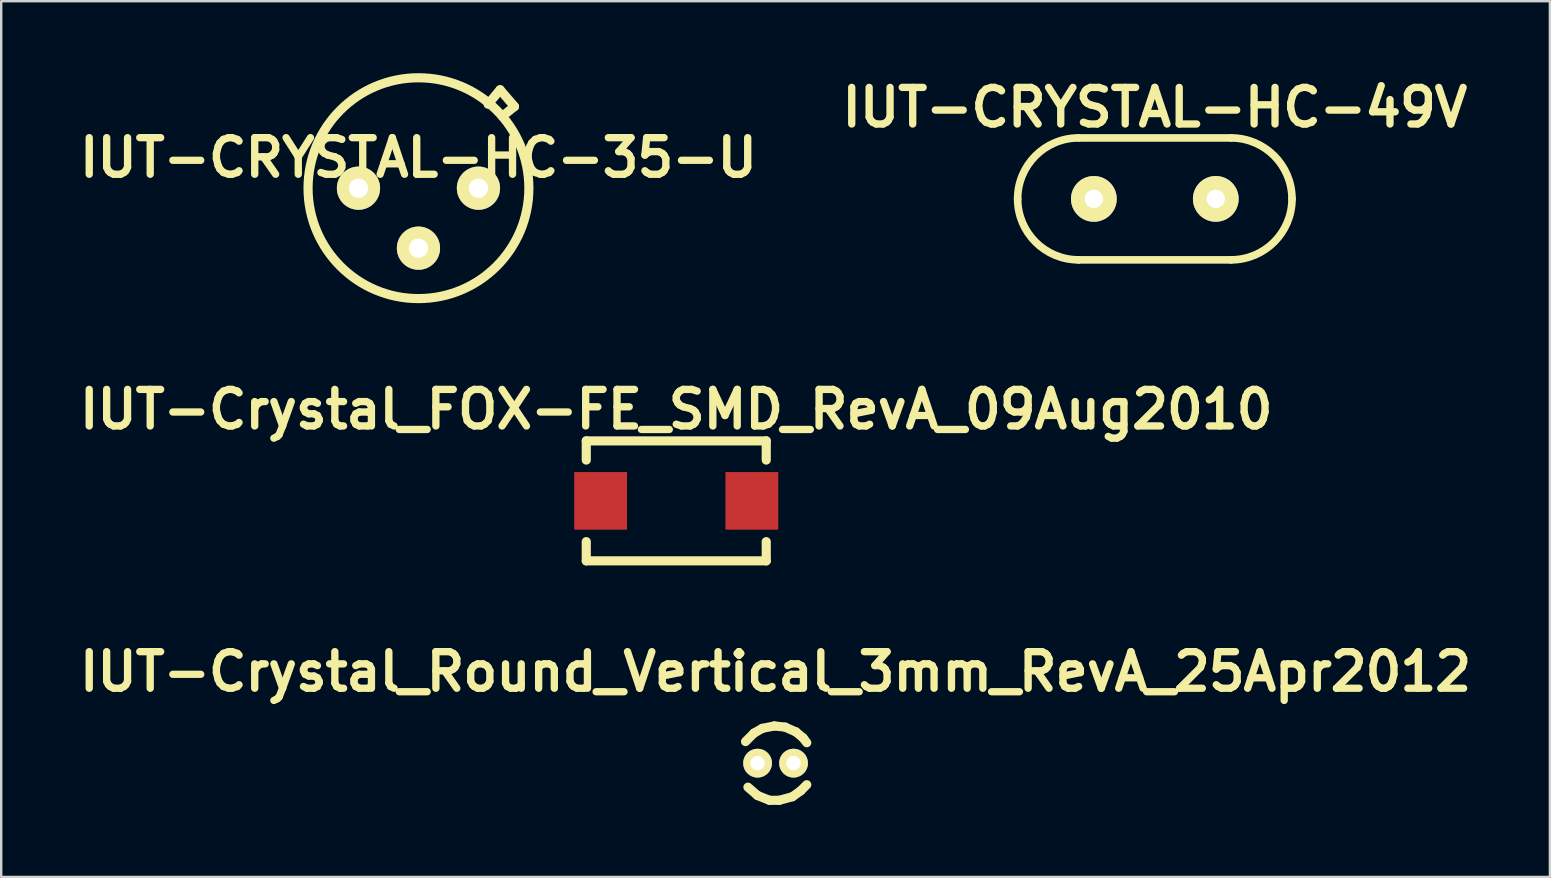
<source format=kicad_pcb>
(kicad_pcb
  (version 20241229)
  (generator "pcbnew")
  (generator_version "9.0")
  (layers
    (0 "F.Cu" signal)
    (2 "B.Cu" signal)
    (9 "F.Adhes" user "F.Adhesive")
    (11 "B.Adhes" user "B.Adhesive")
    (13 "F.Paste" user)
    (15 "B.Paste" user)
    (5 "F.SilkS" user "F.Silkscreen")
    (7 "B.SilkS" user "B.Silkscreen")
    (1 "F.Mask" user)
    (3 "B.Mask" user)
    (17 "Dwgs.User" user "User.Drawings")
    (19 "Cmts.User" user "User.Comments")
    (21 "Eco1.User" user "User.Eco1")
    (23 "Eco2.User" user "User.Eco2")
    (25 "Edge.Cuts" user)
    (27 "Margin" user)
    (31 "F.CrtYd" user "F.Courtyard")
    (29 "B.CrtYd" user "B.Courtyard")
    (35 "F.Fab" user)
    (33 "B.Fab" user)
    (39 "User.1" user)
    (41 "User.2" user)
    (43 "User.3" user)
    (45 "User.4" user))
  (footprint "IUT-CRYSTAL-HC-35-U"
    (layer "F.Cu")
    (at 14.384 4.79)
    (property "Reference" "IUT-CRYSTAL-HC-35-U" (at 0 -1.27 0) (layer "F.SilkS") (effects (font (size 1.524 1.524) (thickness 0.305))))
    (attr through_hole)
    (fp_line (start 2.901 -3.5) (end 3.401 -4.1) (stroke (width 0.381) (type solid)) (layer "F.SilkS"))
    (fp_line (start 3.401 -4.1) (end 4 -3.401) (stroke (width 0.381) (type solid)) (layer "F.SilkS"))
    (fp_line (start 4 -3.401) (end 3.5 -3) (stroke (width 0.381) (type solid)) (layer "F.SilkS"))
    (fp_circle (center 0 0) (end 4.6 0) (stroke (width 0.381) (type solid)) (fill no) (layer "F.SilkS"))
    (pad "1" thru_hole circle (at -2.499 0) (size 1.8 1.8) (drill 0.8) (layers "*.Cu" "*.Mask" "F.SilkS"))
    (pad "2" thru_hole circle (at 2.499 0) (size 1.8 1.8) (drill 0.8) (layers "*.Cu" "*.Mask" "F.SilkS"))
    (pad "3" thru_hole circle (at 0 2.499) (size 1.8 1.8) (drill 0.8) (layers "*.Cu" "*.Mask" "F.SilkS")))
  (footprint "IUT-Crystal_Round_Vertical_3mm_RevA_25Apr2012"
    (layer "F.Cu")
    (at 29.261 28.744)
    (property "Reference" "IUT-Crystal_Round_Vertical_3mm_RevA_25Apr2012" (at 0 -3.81 0) (layer "F.SilkS") (effects (font (size 1.524 1.524) (thickness 0.305))))
    (attr through_hole)
    (fp_line (start -0.899 -1.25) (end -1.25 -0.899) (stroke (width 0.381) (type solid)) (layer "F.SilkS"))
    (fp_line (start -0.749 1.349) (end -1.151 1.001) (stroke (width 0.381) (type solid)) (layer "F.SilkS"))
    (fp_line (start -0.551 -1.45) (end -0.899 -1.25) (stroke (width 0.381) (type solid)) (layer "F.SilkS"))
    (fp_line (start -0.249 1.549) (end -0.749 1.349) (stroke (width 0.381) (type solid)) (layer "F.SilkS"))
    (fp_line (start -0.051 -1.549) (end -0.551 -1.45) (stroke (width 0.381) (type solid)) (layer "F.SilkS"))
    (fp_line (start 0.15 1.549) (end -0.249 1.549) (stroke (width 0.381) (type solid)) (layer "F.SilkS"))
    (fp_line (start 0.399 -1.501) (end -0.051 -1.549) (stroke (width 0.381) (type solid)) (layer "F.SilkS"))
    (fp_line (start 0.701 1.399) (end 0.15 1.549) (stroke (width 0.381) (type solid)) (layer "F.SilkS"))
    (fp_line (start 0.851 -1.3) (end 0.399 -1.501) (stroke (width 0.381) (type solid)) (layer "F.SilkS"))
    (fp_line (start 1.049 1.151) (end 0.701 1.399) (stroke (width 0.381) (type solid)) (layer "F.SilkS"))
    (fp_line (start 1.151 -1.049) (end 0.851 -1.3) (stroke (width 0.381) (type solid)) (layer "F.SilkS"))
    (fp_line (start 1.3 -0.851) (end 1.151 -1.049) (stroke (width 0.381) (type solid)) (layer "F.SilkS"))
    (fp_line (start 1.3 0.899) (end 1.049 1.151) (stroke (width 0.381) (type solid)) (layer "F.SilkS"))
    (pad "1" thru_hole circle (at -0.749 0) (size 1.2 1.2) (drill 0.599) (layers "*.Cu" "*.Mask" "F.SilkS"))
    (pad "2" thru_hole circle (at 0.749 0) (size 1.2 1.2) (drill 0.599) (layers "*.Cu" "*.Mask" "F.SilkS")))
  (footprint "IUT-CRYSTAL-HC-49V"
    (layer "F.Cu")
    (at 45.062 5.236)
    (property "Reference" "IUT-CRYSTAL-HC-49V" (at 0 -3.81 0) (layer "F.SilkS") (effects (font (size 1.524 1.524) (thickness 0.305))))
    (attr through_hole)
    (fp_line (start -3.175 -2.54) (end 3.175 -2.54) (stroke (width 0.318) (type solid)) (layer "F.SilkS"))
    (fp_line (start -3.175 2.54) (end 3.175 2.54) (stroke (width 0.318) (type solid)) (layer "F.SilkS"))
    (fp_arc (start -5.715 0) (mid -4.971051 -1.796051) (end -3.175 -2.54) (stroke (width 0.3175) (type solid)) (layer "F.SilkS"))
    (fp_arc (start -3.175 2.54) (mid -4.971051 1.796051) (end -5.715 0) (stroke (width 0.3175) (type solid)) (layer "F.SilkS"))
    (fp_arc (start 3.175 -2.54) (mid 4.971051 -1.796051) (end 5.715 0) (stroke (width 0.3175) (type solid)) (layer "F.SilkS"))
    (fp_arc (start 5.715 0) (mid 4.971051 1.796051) (end 3.175 2.54) (stroke (width 0.3175) (type solid)) (layer "F.SilkS"))
    (pad "1" thru_hole circle (at -2.54 0) (size 1.905 1.905) (drill 0.762) (layers "*.Cu" "*.Mask" "F.SilkS"))
    (pad "2" thru_hole circle (at 2.54 0) (size 1.905 1.905) (drill 0.762) (layers "*.Cu" "*.Mask" "F.SilkS")))
  (footprint "IUT-Crystal_FOX-FE_SMD_RevA_09Aug2010"
    (layer "F.Cu")
    (at 25.124 17.817)
    (property "Reference" "IUT-Crystal_FOX-FE_SMD_RevA_09Aug2010" (at 0 -3.81 0) (layer "F.SilkS") (effects (font (size 1.524 1.524) (thickness 0.305))))
    (attr smd)
    (fp_line (start -3.749 -2.499) (end -3.749 -1.699) (stroke (width 0.381) (type solid)) (layer "F.SilkS"))
    (fp_line (start -3.749 2.499) (end -3.749 1.699) (stroke (width 0.381) (type solid)) (layer "F.SilkS"))
    (fp_line (start -3.749 2.499) (end 3.749 2.499) (stroke (width 0.381) (type solid)) (layer "F.SilkS"))
    (fp_line (start 3.749 -2.499) (end -3.749 -2.499) (stroke (width 0.381) (type solid)) (layer "F.SilkS"))
    (fp_line (start 3.749 -2.499) (end 3.749 -1.699) (stroke (width 0.381) (type solid)) (layer "F.SilkS"))
    (fp_line (start 3.749 2.499) (end 3.749 1.699) (stroke (width 0.381) (type solid)) (layer "F.SilkS"))
    (pad "1" smd rect (at -3.15 0) (size 2.2 2.4) (layers "F.Cu" "F.Mask" "F.Paste"))
    (pad "2" smd rect (at 3.15 0) (size 2.2 2.4) (layers "F.Cu" "F.Mask" "F.Paste")))
  (gr_rect
    (start -3 -3)
    (end 61.522 33.484)
    (stroke (width 0.1) (type default))
    (fill no)
    (layer "Edge.Cuts")))
</source>
